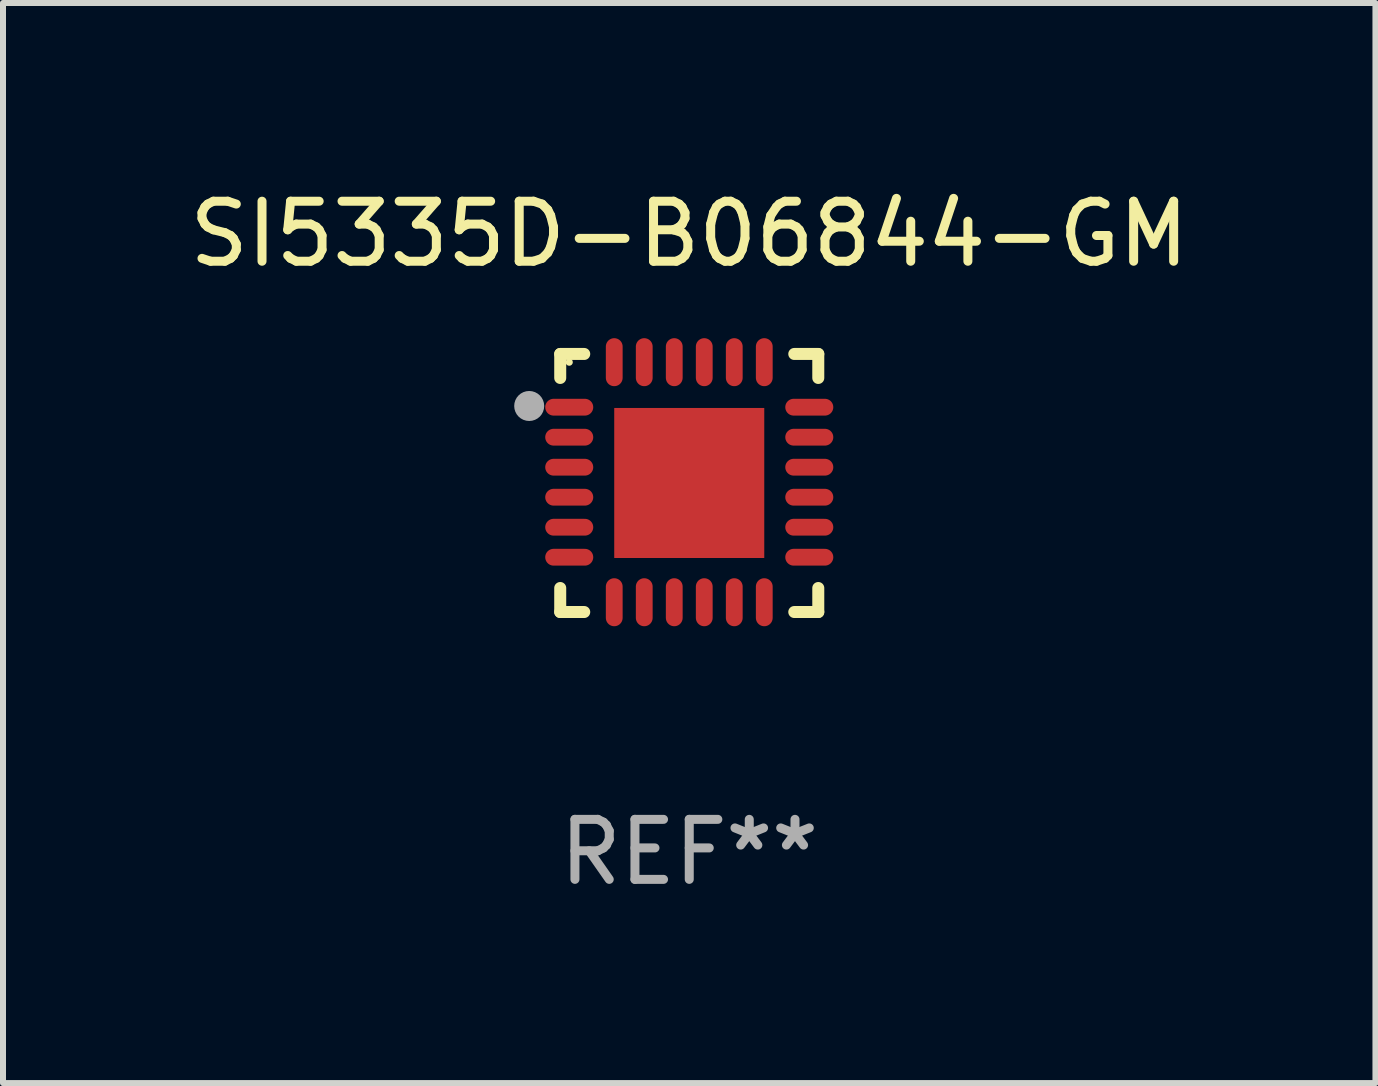
<source format=kicad_pcb>
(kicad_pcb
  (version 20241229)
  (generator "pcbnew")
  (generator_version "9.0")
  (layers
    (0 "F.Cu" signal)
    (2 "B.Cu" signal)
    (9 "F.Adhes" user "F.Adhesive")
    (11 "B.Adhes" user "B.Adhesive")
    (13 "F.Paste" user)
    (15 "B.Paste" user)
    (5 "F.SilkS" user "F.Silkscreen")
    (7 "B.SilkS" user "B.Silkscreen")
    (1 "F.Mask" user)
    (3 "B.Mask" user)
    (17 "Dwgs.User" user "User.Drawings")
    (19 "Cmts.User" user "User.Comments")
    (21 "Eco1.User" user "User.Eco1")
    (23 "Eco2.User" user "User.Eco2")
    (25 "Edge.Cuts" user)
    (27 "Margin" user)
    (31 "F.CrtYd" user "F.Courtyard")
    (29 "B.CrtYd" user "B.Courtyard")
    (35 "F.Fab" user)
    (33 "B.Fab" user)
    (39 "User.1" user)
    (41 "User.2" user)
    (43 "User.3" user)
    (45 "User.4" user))
  (footprint "SI5335D-B06844-GM"
    (layer "F.Cu")
    (at 8.435 4.998)
    (property "Reference" "SI5335D-B06844-GM" (at 0 -4.15 0) (layer "F.SilkS") (effects (font (size 1 1) (thickness 0.15))))
    (attr through_hole)
    (fp_line (start -2.15 -2.15) (end -1.75 -2.15) (stroke (width 0.2) (type solid)) (layer "F.SilkS"))
    (fp_line (start -2.15 -1.75) (end -2.15 -2.15) (stroke (width 0.2) (type solid)) (layer "F.SilkS"))
    (fp_line (start -2.15 2.15) (end -2.15 1.75) (stroke (width 0.2) (type solid)) (layer "F.SilkS"))
    (fp_line (start -1.75 2.15) (end -2.15 2.15) (stroke (width 0.2) (type solid)) (layer "F.SilkS"))
    (fp_line (start 1.75 -2.15) (end 2.15 -2.15) (stroke (width 0.2) (type solid)) (layer "F.SilkS"))
    (fp_line (start 1.75 2.15) (end 2.15 2.15) (stroke (width 0.2) (type solid)) (layer "F.SilkS"))
    (fp_line (start 2.15 -2.15) (end 2.15 -1.75) (stroke (width 0.2) (type solid)) (layer "F.SilkS"))
    (fp_line (start 2.15 2.15) (end 2.15 1.75) (stroke (width 0.2) (type solid)) (layer "F.SilkS"))
    (fp_circle (center -2 -2.013) (end -1.97 -2.013) (stroke (width 0.06) (type solid)) (fill no) (layer "F.SilkS"))
    (fp_circle (center -2.667 -1.283) (end -2.542 -1.283) (stroke (width 0.25) (type solid)) (fill no) (layer "F.Fab"))
    (fp_text user "REF**" (at 0 6.15 0) (layer "F.Fab") (effects (font (size 1 1) (thickness 0.15))))
    (pad "1" smd oval (at -2 -1.263) (size 0.8 0.28) (layers "F.Cu" "F.Mask" "F.Paste"))
    (pad "2" smd oval (at -2 -0.763) (size 0.8 0.28) (layers "F.Cu" "F.Mask" "F.Paste"))
    (pad "3" smd oval (at -2 -0.263) (size 0.8 0.28) (layers "F.Cu" "F.Mask" "F.Paste"))
    (pad "4" smd oval (at -2 0.237) (size 0.8 0.28) (layers "F.Cu" "F.Mask" "F.Paste"))
    (pad "5" smd oval (at -2 0.737) (size 0.8 0.28) (layers "F.Cu" "F.Mask" "F.Paste"))
    (pad "6" smd oval (at -2 1.237) (size 0.8 0.28) (layers "F.Cu" "F.Mask" "F.Paste"))
    (pad "7" smd oval (at -1.25 1.987) (size 0.28 0.8) (layers "F.Cu" "F.Mask" "F.Paste"))
    (pad "8" smd oval (at -0.75 1.987) (size 0.28 0.8) (layers "F.Cu" "F.Mask" "F.Paste"))
    (pad "9" smd oval (at -0.25 1.987) (size 0.28 0.8) (layers "F.Cu" "F.Mask" "F.Paste"))
    (pad "10" smd oval (at 0.25 1.987) (size 0.28 0.8) (layers "F.Cu" "F.Mask" "F.Paste"))
    (pad "11" smd oval (at 0.75 1.987) (size 0.28 0.8) (layers "F.Cu" "F.Mask" "F.Paste"))
    (pad "12" smd oval (at 1.25 1.987) (size 0.28 0.8) (layers "F.Cu" "F.Mask" "F.Paste"))
    (pad "13" smd oval (at 2 1.237) (size 0.8 0.28) (layers "F.Cu" "F.Mask" "F.Paste"))
    (pad "14" smd oval (at 2 0.737) (size 0.8 0.28) (layers "F.Cu" "F.Mask" "F.Paste"))
    (pad "15" smd oval (at 2 0.237) (size 0.8 0.28) (layers "F.Cu" "F.Mask" "F.Paste"))
    (pad "16" smd oval (at 2 -0.263) (size 0.8 0.28) (layers "F.Cu" "F.Mask" "F.Paste"))
    (pad "17" smd oval (at 2 -0.763) (size 0.8 0.28) (layers "F.Cu" "F.Mask" "F.Paste"))
    (pad "18" smd oval (at 2 -1.263) (size 0.8 0.28) (layers "F.Cu" "F.Mask" "F.Paste"))
    (pad "19" smd oval (at 1.25 -2.013) (size 0.28 0.8) (layers "F.Cu" "F.Mask" "F.Paste"))
    (pad "20" smd oval (at 0.75 -2.013) (size 0.28 0.8) (layers "F.Cu" "F.Mask" "F.Paste"))
    (pad "21" smd oval (at 0.25 -2.013) (size 0.28 0.8) (layers "F.Cu" "F.Mask" "F.Paste"))
    (pad "22" smd oval (at -0.25 -2.013) (size 0.28 0.8) (layers "F.Cu" "F.Mask" "F.Paste"))
    (pad "23" smd oval (at -0.75 -2.013) (size 0.28 0.8) (layers "F.Cu" "F.Mask" "F.Paste"))
    (pad "24" smd oval (at -1.25 -2.013) (size 0.28 0.8) (layers "F.Cu" "F.Mask" "F.Paste"))
    (pad "25" smd rect (at -0.000127 -0.00014) (size 2.5 2.5) (layers "F.Cu" "F.Mask" "F.Paste")))
  (gr_rect
    (start -3 -3)
    (end 19.869 14.997)
    (stroke (width 0.1) (type default))
    (fill no)
    (layer "Edge.Cuts")))
</source>
